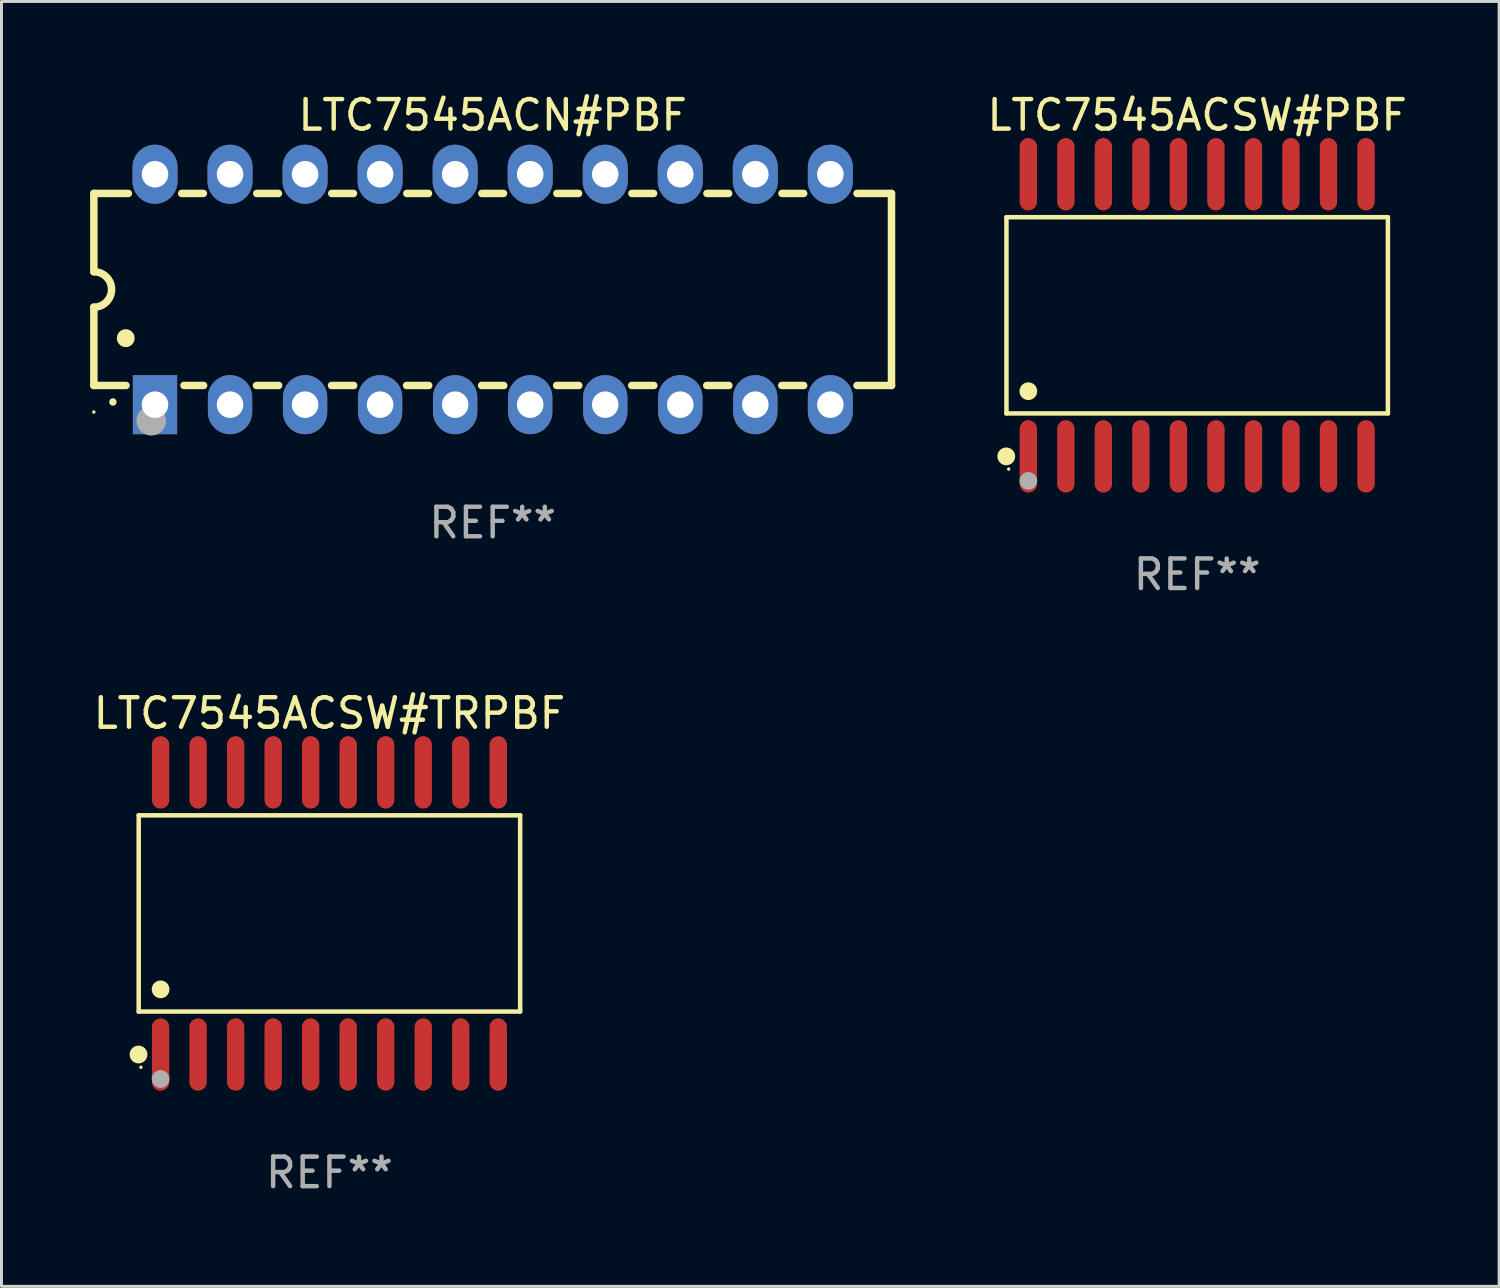
<source format=kicad_pcb>
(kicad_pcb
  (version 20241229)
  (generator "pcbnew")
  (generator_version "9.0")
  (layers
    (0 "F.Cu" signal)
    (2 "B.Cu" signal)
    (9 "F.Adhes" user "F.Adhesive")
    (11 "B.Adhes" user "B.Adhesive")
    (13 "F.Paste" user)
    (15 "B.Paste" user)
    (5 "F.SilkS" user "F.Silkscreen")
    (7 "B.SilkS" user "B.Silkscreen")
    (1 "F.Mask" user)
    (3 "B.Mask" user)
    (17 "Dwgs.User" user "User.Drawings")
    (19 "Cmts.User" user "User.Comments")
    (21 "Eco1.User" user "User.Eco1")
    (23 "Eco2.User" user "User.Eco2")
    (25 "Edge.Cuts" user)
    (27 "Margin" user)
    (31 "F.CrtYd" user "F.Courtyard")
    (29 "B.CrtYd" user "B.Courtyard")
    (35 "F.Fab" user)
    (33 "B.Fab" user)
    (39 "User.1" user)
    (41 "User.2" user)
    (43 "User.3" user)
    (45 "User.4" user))
  (footprint "LTC7545ACSW#PBF"
    (layer "F.Cu")
    (at 37.474 7.623)
    (property "Reference" "LTC7545ACSW#PBF" (at 0 -6.775 0) (layer "F.SilkS") (effects (font (size 1 1) (thickness 0.15))))
    (attr through_hole)
    (fp_line (start -6.456 -3.321) (end 6.456 -3.321) (stroke (width 0.152) (type solid)) (layer "F.SilkS"))
    (fp_line (start -6.456 3.321) (end -6.456 -3.321) (stroke (width 0.152) (type solid)) (layer "F.SilkS"))
    (fp_line (start 6.456 -3.321) (end 6.456 3.321) (stroke (width 0.152) (type solid)) (layer "F.SilkS"))
    (fp_line (start 6.456 3.321) (end -6.456 3.321) (stroke (width 0.152) (type solid)) (layer "F.SilkS"))
    (fp_circle (center -6.462 4.775) (end -6.311 4.775) (stroke (width 0.3) (type solid)) (fill no) (layer "F.SilkS"))
    (fp_circle (center -6.38 5.205) (end -6.35 5.205) (stroke (width 0.06) (type solid)) (fill no) (layer "F.SilkS"))
    (fp_circle (center -5.715 2.569) (end -5.565 2.569) (stroke (width 0.3) (type solid)) (fill no) (layer "F.SilkS"))
    (fp_circle (center -5.715 5.605) (end -5.565 5.605) (stroke (width 0.3) (type solid)) (fill no) (layer "F.Fab"))
    (fp_text user "REF**" (at 0 8.775 0) (layer "F.Fab") (effects (font (size 1 1) (thickness 0.15))))
    (pad "1" smd oval (at -5.715 4.775) (size 0.588 2.45) (layers "F.Cu" "F.Mask" "F.Paste"))
    (pad "2" smd oval (at -4.445 4.775) (size 0.588 2.45) (layers "F.Cu" "F.Mask" "F.Paste"))
    (pad "3" smd oval (at -3.175 4.775) (size 0.588 2.45) (layers "F.Cu" "F.Mask" "F.Paste"))
    (pad "4" smd oval (at -1.905 4.775) (size 0.588 2.45) (layers "F.Cu" "F.Mask" "F.Paste"))
    (pad "5" smd oval (at -0.635 4.775) (size 0.588 2.45) (layers "F.Cu" "F.Mask" "F.Paste"))
    (pad "6" smd oval (at 0.635 4.775) (size 0.588 2.45) (layers "F.Cu" "F.Mask" "F.Paste"))
    (pad "7" smd oval (at 1.905 4.775) (size 0.588 2.45) (layers "F.Cu" "F.Mask" "F.Paste"))
    (pad "8" smd oval (at 3.175 4.775) (size 0.588 2.45) (layers "F.Cu" "F.Mask" "F.Paste"))
    (pad "9" smd oval (at 4.445 4.775) (size 0.588 2.45) (layers "F.Cu" "F.Mask" "F.Paste"))
    (pad "10" smd oval (at 5.715 4.775) (size 0.588 2.45) (layers "F.Cu" "F.Mask" "F.Paste"))
    (pad "11" smd oval (at 5.715 -4.775) (size 0.588 2.45) (layers "F.Cu" "F.Mask" "F.Paste"))
    (pad "12" smd oval (at 4.445 -4.775) (size 0.588 2.45) (layers "F.Cu" "F.Mask" "F.Paste"))
    (pad "13" smd oval (at 3.175 -4.775) (size 0.588 2.45) (layers "F.Cu" "F.Mask" "F.Paste"))
    (pad "14" smd oval (at 1.905 -4.775) (size 0.588 2.45) (layers "F.Cu" "F.Mask" "F.Paste"))
    (pad "15" smd oval (at 0.635 -4.775) (size 0.588 2.45) (layers "F.Cu" "F.Mask" "F.Paste"))
    (pad "16" smd oval (at -0.635 -4.775) (size 0.588 2.45) (layers "F.Cu" "F.Mask" "F.Paste"))
    (pad "17" smd oval (at -1.905 -4.775) (size 0.588 2.45) (layers "F.Cu" "F.Mask" "F.Paste"))
    (pad "18" smd oval (at -3.175 -4.775) (size 0.588 2.45) (layers "F.Cu" "F.Mask" "F.Paste"))
    (pad "19" smd oval (at -4.445 -4.775) (size 0.588 2.45) (layers "F.Cu" "F.Mask" "F.Paste"))
    (pad "20" smd oval (at -5.715 -4.775) (size 0.588 2.45) (layers "F.Cu" "F.Mask" "F.Paste")))
  (footprint "LTC7545ACN#PBF"
    (layer "F.Cu")
    (at 13.627 6.748)
    (property "Reference" "LTC7545ACN#PBF" (at 0 -5.9 0) (layer "F.SilkS") (effects (font (size 1 1) (thickness 0.15))))
    (attr through_hole)
    (fp_line (start -13.5 -3.25) (end -12.333 -3.25) (stroke (width 0.254) (type solid)) (layer "F.SilkS"))
    (fp_line (start -13.5 -0.6) (end -13.5 -3.25) (stroke (width 0.254) (type solid)) (layer "F.SilkS"))
    (fp_line (start -13.5 3.25) (end -13.5 0.6) (stroke (width 0.254) (type solid)) (layer "F.SilkS"))
    (fp_line (start -13.5 3.25) (end -12.411 3.25) (stroke (width 0.254) (type solid)) (layer "F.SilkS"))
    (fp_line (start -10.527 -3.25) (end -9.793 -3.25) (stroke (width 0.254) (type solid)) (layer "F.SilkS"))
    (fp_line (start -10.449 3.25) (end -9.786 3.25) (stroke (width 0.254) (type solid)) (layer "F.SilkS"))
    (fp_line (start -7.994 3.25) (end -7.246 3.25) (stroke (width 0.254) (type solid)) (layer "F.SilkS"))
    (fp_line (start -7.987 -3.25) (end -7.253 -3.25) (stroke (width 0.254) (type solid)) (layer "F.SilkS"))
    (fp_line (start -5.454 3.25) (end -4.706 3.25) (stroke (width 0.254) (type solid)) (layer "F.SilkS"))
    (fp_line (start -5.447 -3.25) (end -4.713 -3.25) (stroke (width 0.254) (type solid)) (layer "F.SilkS"))
    (fp_line (start -2.914 3.25) (end -2.166 3.25) (stroke (width 0.254) (type solid)) (layer "F.SilkS"))
    (fp_line (start -2.907 -3.25) (end -2.173 -3.25) (stroke (width 0.254) (type solid)) (layer "F.SilkS"))
    (fp_line (start -0.374 3.25) (end 0.374 3.25) (stroke (width 0.254) (type solid)) (layer "F.SilkS"))
    (fp_line (start -0.367 -3.25) (end 0.367 -3.25) (stroke (width 0.254) (type solid)) (layer "F.SilkS"))
    (fp_line (start 2.166 3.25) (end 2.914 3.25) (stroke (width 0.254) (type solid)) (layer "F.SilkS"))
    (fp_line (start 2.173 -3.25) (end 2.907 -3.25) (stroke (width 0.254) (type solid)) (layer "F.SilkS"))
    (fp_line (start 4.706 3.25) (end 5.454 3.25) (stroke (width 0.254) (type solid)) (layer "F.SilkS"))
    (fp_line (start 4.713 -3.25) (end 5.447 -3.25) (stroke (width 0.254) (type solid)) (layer "F.SilkS"))
    (fp_line (start 7.246 3.25) (end 7.994 3.25) (stroke (width 0.254) (type solid)) (layer "F.SilkS"))
    (fp_line (start 7.253 -3.25) (end 7.987 -3.25) (stroke (width 0.254) (type solid)) (layer "F.SilkS"))
    (fp_line (start 9.786 3.25) (end 10.527 3.25) (stroke (width 0.254) (type solid)) (layer "F.SilkS"))
    (fp_line (start 9.793 -3.25) (end 10.527 -3.25) (stroke (width 0.254) (type solid)) (layer "F.SilkS"))
    (fp_line (start 12.333 -3.25) (end 13.5 -3.25) (stroke (width 0.254) (type solid)) (layer "F.SilkS"))
    (fp_line (start 12.333 3.25) (end 13.5 3.25) (stroke (width 0.254) (type solid)) (layer "F.SilkS"))
    (fp_line (start 13.5 -3.25) (end 13.5 3.25) (stroke (width 0.254) (type solid)) (layer "F.SilkS"))
    (fp_arc (start -13.500127 -0.599442) (mid -12.900406 0.000228) (end -13.500025 0.6) (stroke (width 0.254001) (type solid)) (layer "F.SilkS"))
    (fp_arc (start -12.854966 3.810008) (mid -12.854973 3.808738) (end -12.854966 3.807468) (stroke (width 0.25) (type solid)) (layer "F.SilkS"))
    (fp_arc (start -12.420625 1.651003) (mid -12.420636 1.648463) (end -12.420625 1.645923) (stroke (width 0.6) (type solid)) (layer "F.SilkS"))
    (fp_circle (center -13.5 4.15) (end -13.47 4.15) (stroke (width 0.06) (type solid)) (fill no) (layer "F.SilkS"))
    (fp_circle (center -11.557 4.445) (end -11.307 4.445) (stroke (width 0.5) (type solid)) (fill no) (layer "F.Fab"))
    (fp_text user "REF**" (at 0 7.9 0) (layer "F.Fab") (effects (font (size 1 1) (thickness 0.15))))
    (pad "1" thru_hole rect (at -11.43 3.9 90) (size 2 1.5) (drill 0.9) (layers "*.Cu" "*.Mask"))
    (pad "2" thru_hole oval (at -8.89 3.9 90) (size 2 1.5) (drill 0.9) (layers "*.Cu" "*.Mask"))
    (pad "3" thru_hole oval (at -6.35 3.9 90) (size 2 1.5) (drill 0.9) (layers "*.Cu" "*.Mask"))
    (pad "4" thru_hole oval (at -3.81 3.9 90) (size 2 1.5) (drill 0.9) (layers "*.Cu" "*.Mask"))
    (pad "5" thru_hole oval (at -1.27 3.9 90) (size 2 1.5) (drill 0.9) (layers "*.Cu" "*.Mask"))
    (pad "6" thru_hole oval (at 1.27 3.9 90) (size 2 1.5) (drill 0.9) (layers "*.Cu" "*.Mask"))
    (pad "7" thru_hole oval (at 3.81 3.9 90) (size 2 1.5) (drill 0.9) (layers "*.Cu" "*.Mask"))
    (pad "8" thru_hole oval (at 6.35 3.9 90) (size 2 1.5) (drill 0.9) (layers "*.Cu" "*.Mask"))
    (pad "9" thru_hole oval (at 8.89 3.9 90) (size 2 1.5) (drill 0.9) (layers "*.Cu" "*.Mask"))
    (pad "10" thru_hole oval (at 11.43 3.9 90) (size 2 1.524) (drill 0.9) (layers "*.Cu" "*.Mask"))
    (pad "11" thru_hole oval (at 11.43 -3.9 90) (size 2 1.524) (drill 0.9) (layers "*.Cu" "*.Mask"))
    (pad "12" thru_hole oval (at 8.89 -3.9 90) (size 2 1.524) (drill 0.9) (layers "*.Cu" "*.Mask"))
    (pad "13" thru_hole oval (at 6.35 -3.9 90) (size 2 1.524) (drill 0.9) (layers "*.Cu" "*.Mask"))
    (pad "14" thru_hole oval (at 3.81 -3.9 90) (size 2 1.524) (drill 0.9) (layers "*.Cu" "*.Mask"))
    (pad "15" thru_hole oval (at 1.27 -3.9 90) (size 2 1.524) (drill 0.9) (layers "*.Cu" "*.Mask"))
    (pad "16" thru_hole oval (at -1.27 -3.9 90) (size 2 1.524) (drill 0.9) (layers "*.Cu" "*.Mask"))
    (pad "17" thru_hole oval (at -3.81 -3.9 90) (size 2 1.524) (drill 0.9) (layers "*.Cu" "*.Mask"))
    (pad "18" thru_hole oval (at -6.35 -3.9 90) (size 2 1.524) (drill 0.9) (layers "*.Cu" "*.Mask"))
    (pad "19" thru_hole oval (at -8.89 -3.9 90) (size 2 1.524) (drill 0.9) (layers "*.Cu" "*.Mask"))
    (pad "20" thru_hole oval (at -11.43 -3.9 90) (size 2 1.524) (drill 0.9) (layers "*.Cu" "*.Mask")))
  (footprint "LTC7545ACSW#TRPBF"
    (layer "F.Cu")
    (at 8.101 27.87)
    (property "Reference" "LTC7545ACSW#TRPBF" (at 0 -6.775 0) (layer "F.SilkS") (effects (font (size 1 1) (thickness 0.15))))
    (attr through_hole)
    (fp_line (start -6.456 -3.321) (end 6.456 -3.321) (stroke (width 0.152) (type solid)) (layer "F.SilkS"))
    (fp_line (start -6.456 3.321) (end -6.456 -3.321) (stroke (width 0.152) (type solid)) (layer "F.SilkS"))
    (fp_line (start 6.456 -3.321) (end 6.456 3.321) (stroke (width 0.152) (type solid)) (layer "F.SilkS"))
    (fp_line (start 6.456 3.321) (end -6.456 3.321) (stroke (width 0.152) (type solid)) (layer "F.SilkS"))
    (fp_circle (center -6.462 4.775) (end -6.311 4.775) (stroke (width 0.3) (type solid)) (fill no) (layer "F.SilkS"))
    (fp_circle (center -6.38 5.205) (end -6.35 5.205) (stroke (width 0.06) (type solid)) (fill no) (layer "F.SilkS"))
    (fp_circle (center -5.715 2.569) (end -5.565 2.569) (stroke (width 0.3) (type solid)) (fill no) (layer "F.SilkS"))
    (fp_circle (center -5.715 5.605) (end -5.565 5.605) (stroke (width 0.3) (type solid)) (fill no) (layer "F.Fab"))
    (fp_text user "REF**" (at 0 8.775 0) (layer "F.Fab") (effects (font (size 1 1) (thickness 0.15))))
    (pad "1" smd oval (at -5.715 4.775) (size 0.588 2.45) (layers "F.Cu" "F.Mask" "F.Paste"))
    (pad "2" smd oval (at -4.445 4.775) (size 0.588 2.45) (layers "F.Cu" "F.Mask" "F.Paste"))
    (pad "3" smd oval (at -3.175 4.775) (size 0.588 2.45) (layers "F.Cu" "F.Mask" "F.Paste"))
    (pad "4" smd oval (at -1.905 4.775) (size 0.588 2.45) (layers "F.Cu" "F.Mask" "F.Paste"))
    (pad "5" smd oval (at -0.635 4.775) (size 0.588 2.45) (layers "F.Cu" "F.Mask" "F.Paste"))
    (pad "6" smd oval (at 0.635 4.775) (size 0.588 2.45) (layers "F.Cu" "F.Mask" "F.Paste"))
    (pad "7" smd oval (at 1.905 4.775) (size 0.588 2.45) (layers "F.Cu" "F.Mask" "F.Paste"))
    (pad "8" smd oval (at 3.175 4.775) (size 0.588 2.45) (layers "F.Cu" "F.Mask" "F.Paste"))
    (pad "9" smd oval (at 4.445 4.775) (size 0.588 2.45) (layers "F.Cu" "F.Mask" "F.Paste"))
    (pad "10" smd oval (at 5.715 4.775) (size 0.588 2.45) (layers "F.Cu" "F.Mask" "F.Paste"))
    (pad "11" smd oval (at 5.715 -4.775) (size 0.588 2.45) (layers "F.Cu" "F.Mask" "F.Paste"))
    (pad "12" smd oval (at 4.445 -4.775) (size 0.588 2.45) (layers "F.Cu" "F.Mask" "F.Paste"))
    (pad "13" smd oval (at 3.175 -4.775) (size 0.588 2.45) (layers "F.Cu" "F.Mask" "F.Paste"))
    (pad "14" smd oval (at 1.905 -4.775) (size 0.588 2.45) (layers "F.Cu" "F.Mask" "F.Paste"))
    (pad "15" smd oval (at 0.635 -4.775) (size 0.588 2.45) (layers "F.Cu" "F.Mask" "F.Paste"))
    (pad "16" smd oval (at -0.635 -4.775) (size 0.588 2.45) (layers "F.Cu" "F.Mask" "F.Paste"))
    (pad "17" smd oval (at -1.905 -4.775) (size 0.588 2.45) (layers "F.Cu" "F.Mask" "F.Paste"))
    (pad "18" smd oval (at -3.175 -4.775) (size 0.588 2.45) (layers "F.Cu" "F.Mask" "F.Paste"))
    (pad "19" smd oval (at -4.445 -4.775) (size 0.588 2.45) (layers "F.Cu" "F.Mask" "F.Paste"))
    (pad "20" smd oval (at -5.715 -4.775) (size 0.588 2.45) (layers "F.Cu" "F.Mask" "F.Paste")))
  (gr_rect
    (start -3 -3)
    (end 47.695 40.493)
    (stroke (width 0.1) (type default))
    (fill no)
    (layer "Edge.Cuts")))
</source>
